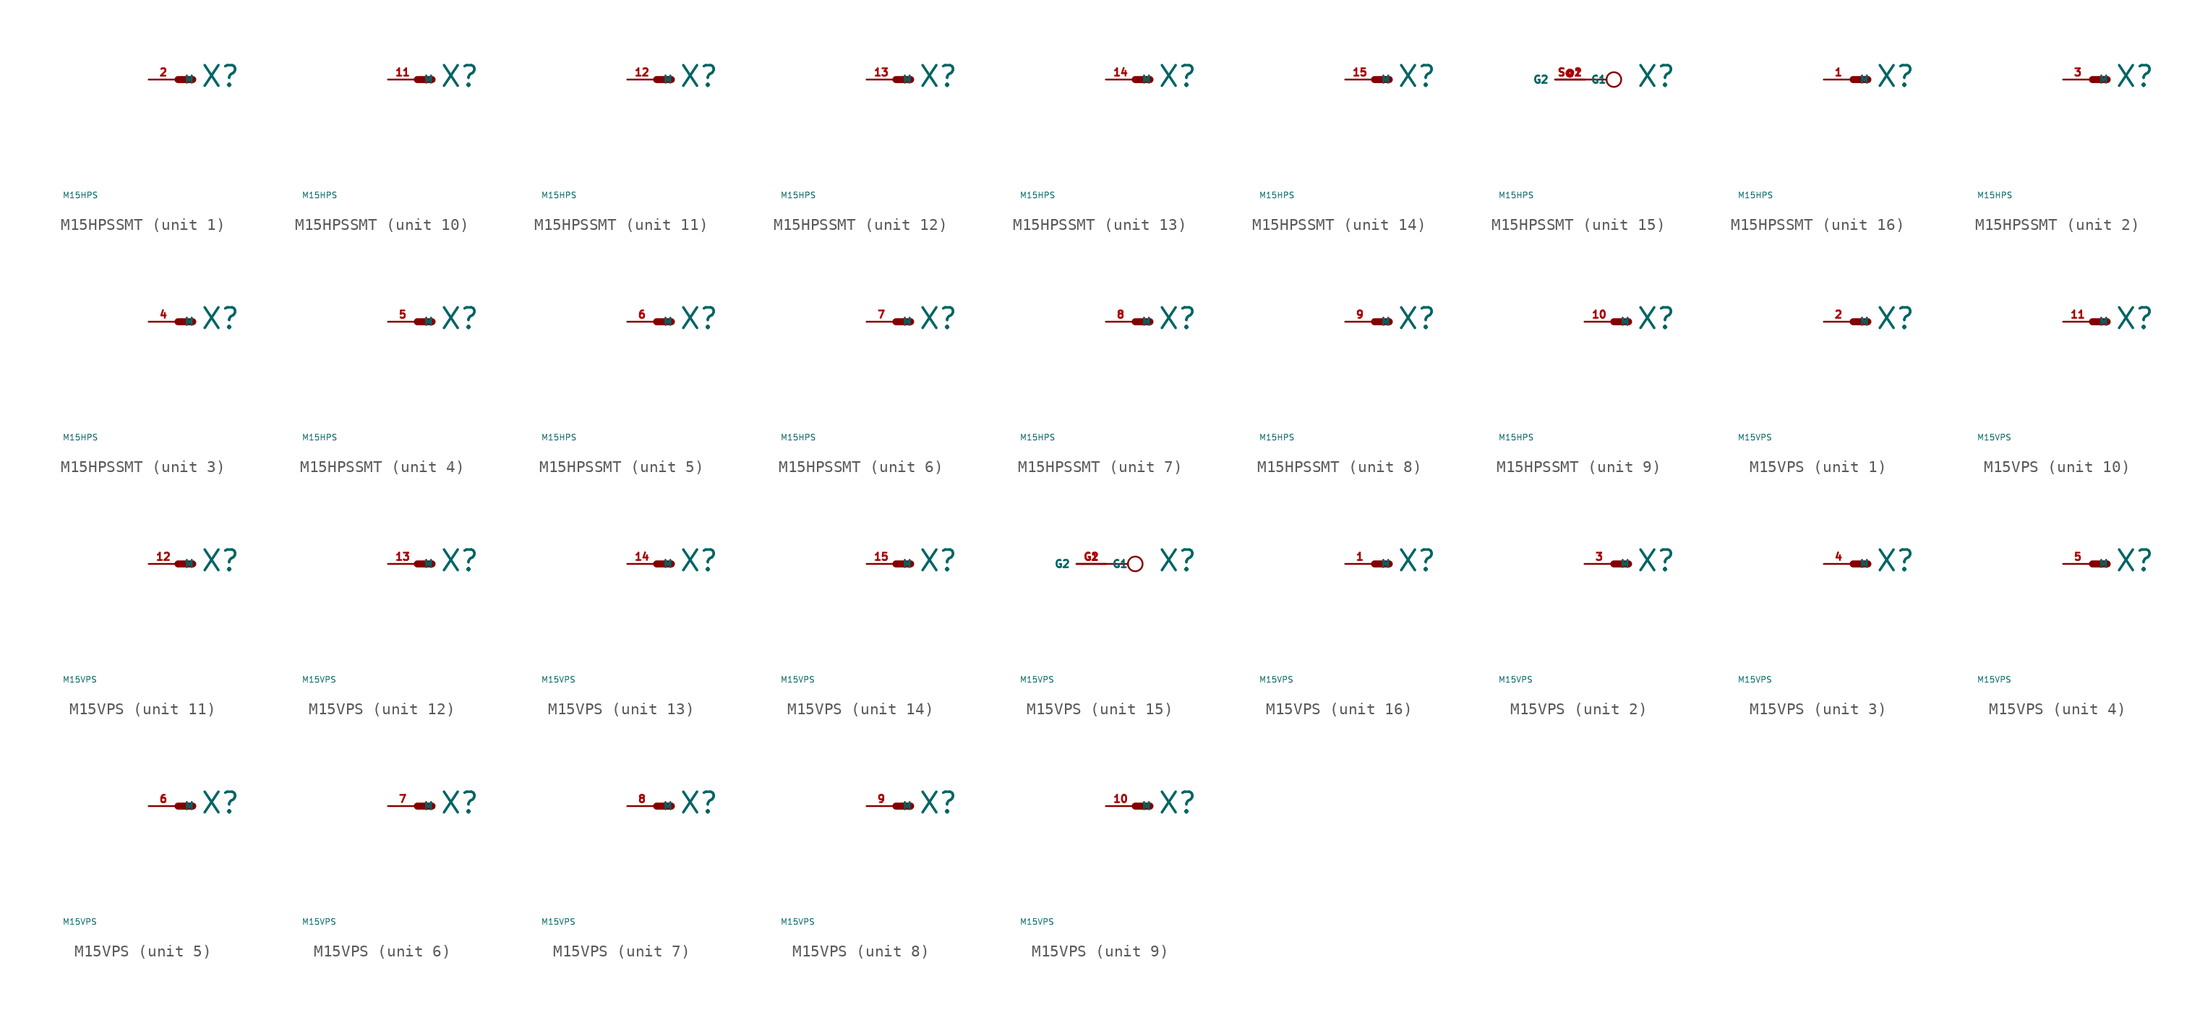
<source format=kicad_sym>
(kicad_symbol_lib
  (version 20220914)
  (generator Eagle2Kicad)
  (symbol "M15HPSSMT"
    (property "Reference" "X"
      (at 1.905 -0.762 0)
      (effects (font (size 1.778 1.778) (thickness 0.22)) (justify left bottom)))
    (property "Value" "M15HPS"
      (at -10 -10 0)
      (effects (font (size 0.5 0.5) (thickness 0.06)) (justify left)))
    (symbol "M15HPSSMT_1_0"
      (polyline (pts (xy 0 0) (xy 1.27 0)) (stroke (width 0.61) (type default)) (fill (type none)))
      (pin passive line (at -2.54 0 0) (length 2.54) (name "M" (effects (font (size 0.635 0.635) (thickness 0.08)) (justify left bottom))) (number "2" (effects (font (size 0.635 0.635) (thickness 0.08)) (justify left bottom)))))
    (symbol "M15HPSSMT_2_0"
      (polyline (pts (xy 0 0) (xy 1.27 0)) (stroke (width 0.61) (type default)) (fill (type none)))
      (pin passive line (at -2.54 0 0) (length 2.54) (name "M" (effects (font (size 0.635 0.635) (thickness 0.08)) (justify left bottom))) (number "3" (effects (font (size 0.635 0.635) (thickness 0.08)) (justify left bottom)))))
    (symbol "M15HPSSMT_3_0"
      (polyline (pts (xy 0 0) (xy 1.27 0)) (stroke (width 0.61) (type default)) (fill (type none)))
      (pin passive line (at -2.54 0 0) (length 2.54) (name "M" (effects (font (size 0.635 0.635) (thickness 0.08)) (justify left bottom))) (number "4" (effects (font (size 0.635 0.635) (thickness 0.08)) (justify left bottom)))))
    (symbol "M15HPSSMT_4_0"
      (polyline (pts (xy 0 0) (xy 1.27 0)) (stroke (width 0.61) (type default)) (fill (type none)))
      (pin passive line (at -2.54 0 0) (length 2.54) (name "M" (effects (font (size 0.635 0.635) (thickness 0.08)) (justify left bottom))) (number "5" (effects (font (size 0.635 0.635) (thickness 0.08)) (justify left bottom)))))
    (symbol "M15HPSSMT_5_0"
      (polyline (pts (xy 0 0) (xy 1.27 0)) (stroke (width 0.61) (type default)) (fill (type none)))
      (pin passive line (at -2.54 0 0) (length 2.54) (name "M" (effects (font (size 0.635 0.635) (thickness 0.08)) (justify left bottom))) (number "6" (effects (font (size 0.635 0.635) (thickness 0.08)) (justify left bottom)))))
    (symbol "M15HPSSMT_6_0"
      (polyline (pts (xy 0 0) (xy 1.27 0)) (stroke (width 0.61) (type default)) (fill (type none)))
      (pin passive line (at -2.54 0 0) (length 2.54) (name "M" (effects (font (size 0.635 0.635) (thickness 0.08)) (justify left bottom))) (number "7" (effects (font (size 0.635 0.635) (thickness 0.08)) (justify left bottom)))))
    (symbol "M15HPSSMT_7_0"
      (polyline (pts (xy 0 0) (xy 1.27 0)) (stroke (width 0.61) (type default)) (fill (type none)))
      (pin passive line (at -2.54 0 0) (length 2.54) (name "M" (effects (font (size 0.635 0.635) (thickness 0.08)) (justify left bottom))) (number "8" (effects (font (size 0.635 0.635) (thickness 0.08)) (justify left bottom)))))
    (symbol "M15HPSSMT_8_0"
      (polyline (pts (xy 0 0) (xy 1.27 0)) (stroke (width 0.61) (type default)) (fill (type none)))
      (pin passive line (at -2.54 0 0) (length 2.54) (name "M" (effects (font (size 0.635 0.635) (thickness 0.08)) (justify left bottom))) (number "9" (effects (font (size 0.635 0.635) (thickness 0.08)) (justify left bottom)))))
    (symbol "M15HPSSMT_9_0"
      (polyline (pts (xy 0 0) (xy 1.27 0)) (stroke (width 0.61) (type default)) (fill (type none)))
      (pin passive line (at -2.54 0 0) (length 2.54) (name "M" (effects (font (size 0.635 0.635) (thickness 0.08)) (justify left bottom))) (number "10" (effects (font (size 0.635 0.635) (thickness 0.08)) (justify left bottom)))))
    (symbol "M15HPSSMT_10_0"
      (polyline (pts (xy 0 0) (xy 1.27 0)) (stroke (width 0.61) (type default)) (fill (type none)))
      (pin passive line (at -2.54 0 0) (length 2.54) (name "M" (effects (font (size 0.635 0.635) (thickness 0.08)) (justify left bottom))) (number "11" (effects (font (size 0.635 0.635) (thickness 0.08)) (justify left bottom)))))
    (symbol "M15HPSSMT_11_0"
      (polyline (pts (xy 0 0) (xy 1.27 0)) (stroke (width 0.61) (type default)) (fill (type none)))
      (pin passive line (at -2.54 0 0) (length 2.54) (name "M" (effects (font (size 0.635 0.635) (thickness 0.08)) (justify left bottom))) (number "12" (effects (font (size 0.635 0.635) (thickness 0.08)) (justify left bottom)))))
    (symbol "M15HPSSMT_12_0"
      (polyline (pts (xy 0 0) (xy 1.27 0)) (stroke (width 0.61) (type default)) (fill (type none)))
      (pin passive line (at -2.54 0 0) (length 2.54) (name "M" (effects (font (size 0.635 0.635) (thickness 0.08)) (justify left bottom))) (number "13" (effects (font (size 0.635 0.635) (thickness 0.08)) (justify left bottom)))))
    (symbol "M15HPSSMT_13_0"
      (polyline (pts (xy 0 0) (xy 1.27 0)) (stroke (width 0.61) (type default)) (fill (type none)))
      (pin passive line (at -2.54 0 0) (length 2.54) (name "M" (effects (font (size 0.635 0.635) (thickness 0.08)) (justify left bottom))) (number "14" (effects (font (size 0.635 0.635) (thickness 0.08)) (justify left bottom)))))
    (symbol "M15HPSSMT_14_0"
      (polyline (pts (xy 0 0) (xy 1.27 0)) (stroke (width 0.61) (type default)) (fill (type none)))
      (pin passive line (at -2.54 0 0) (length 2.54) (name "M" (effects (font (size 0.635 0.635) (thickness 0.08)) (justify left bottom))) (number "15" (effects (font (size 0.635 0.635) (thickness 0.08)) (justify left bottom)))))
    (symbol "M15HPSSMT_15_0"
      (polyline (pts (xy -2.54 0) (xy -0.635 0)) (stroke (width 0.152) (type default)) (fill (type none)))
      (circle (center 0 0) (radius 0.635) (stroke (width 0.152) (type default)) (fill (type none)))
      (pin passive line (at -5.08 0 0) (length 2.54) (name "G1" (effects (font (size 0.635 0.635) (thickness 0.08)) (justify left bottom))) (number "S@1" (effects (font (size 0.635 0.635) (thickness 0.08)) (justify left bottom))))
      (pin passive line (at -2.54 0 180) (length 2.54) (name "G2" (effects (font (size 0.635 0.635) (thickness 0.08)) (justify left bottom))) (number "S@2" (effects (font (size 0.635 0.635) (thickness 0.08)) (justify left bottom)))))
    (symbol "M15HPSSMT_16_0"
      (polyline (pts (xy 0 0) (xy 1.27 0)) (stroke (width 0.61) (type default)) (fill (type none)))
      (pin passive line (at -2.54 0 0) (length 2.54) (name "M" (effects (font (size 0.635 0.635) (thickness 0.08)) (justify left bottom))) (number "1" (effects (font (size 0.635 0.635) (thickness 0.08)) (justify left bottom))))))
  (symbol "M15VPS"
    (property "Reference" "X"
      (at 1.905 -0.762 0)
      (effects (font (size 1.778 1.778) (thickness 0.22)) (justify left bottom)))
    (property "Value" "M15VPS"
      (at -10 -10 0)
      (effects (font (size 0.5 0.5) (thickness 0.06)) (justify left)))
    (symbol "M15VPS_1_0"
      (polyline (pts (xy 0 0) (xy 1.27 0)) (stroke (width 0.61) (type default)) (fill (type none)))
      (pin passive line (at -2.54 0 0) (length 2.54) (name "M" (effects (font (size 0.635 0.635) (thickness 0.08)) (justify left bottom))) (number "2" (effects (font (size 0.635 0.635) (thickness 0.08)) (justify left bottom)))))
    (symbol "M15VPS_2_0"
      (polyline (pts (xy 0 0) (xy 1.27 0)) (stroke (width 0.61) (type default)) (fill (type none)))
      (pin passive line (at -2.54 0 0) (length 2.54) (name "M" (effects (font (size 0.635 0.635) (thickness 0.08)) (justify left bottom))) (number "3" (effects (font (size 0.635 0.635) (thickness 0.08)) (justify left bottom)))))
    (symbol "M15VPS_3_0"
      (polyline (pts (xy 0 0) (xy 1.27 0)) (stroke (width 0.61) (type default)) (fill (type none)))
      (pin passive line (at -2.54 0 0) (length 2.54) (name "M" (effects (font (size 0.635 0.635) (thickness 0.08)) (justify left bottom))) (number "4" (effects (font (size 0.635 0.635) (thickness 0.08)) (justify left bottom)))))
    (symbol "M15VPS_4_0"
      (polyline (pts (xy 0 0) (xy 1.27 0)) (stroke (width 0.61) (type default)) (fill (type none)))
      (pin passive line (at -2.54 0 0) (length 2.54) (name "M" (effects (font (size 0.635 0.635) (thickness 0.08)) (justify left bottom))) (number "5" (effects (font (size 0.635 0.635) (thickness 0.08)) (justify left bottom)))))
    (symbol "M15VPS_5_0"
      (polyline (pts (xy 0 0) (xy 1.27 0)) (stroke (width 0.61) (type default)) (fill (type none)))
      (pin passive line (at -2.54 0 0) (length 2.54) (name "M" (effects (font (size 0.635 0.635) (thickness 0.08)) (justify left bottom))) (number "6" (effects (font (size 0.635 0.635) (thickness 0.08)) (justify left bottom)))))
    (symbol "M15VPS_6_0"
      (polyline (pts (xy 0 0) (xy 1.27 0)) (stroke (width 0.61) (type default)) (fill (type none)))
      (pin passive line (at -2.54 0 0) (length 2.54) (name "M" (effects (font (size 0.635 0.635) (thickness 0.08)) (justify left bottom))) (number "7" (effects (font (size 0.635 0.635) (thickness 0.08)) (justify left bottom)))))
    (symbol "M15VPS_7_0"
      (polyline (pts (xy 0 0) (xy 1.27 0)) (stroke (width 0.61) (type default)) (fill (type none)))
      (pin passive line (at -2.54 0 0) (length 2.54) (name "M" (effects (font (size 0.635 0.635) (thickness 0.08)) (justify left bottom))) (number "8" (effects (font (size 0.635 0.635) (thickness 0.08)) (justify left bottom)))))
    (symbol "M15VPS_8_0"
      (polyline (pts (xy 0 0) (xy 1.27 0)) (stroke (width 0.61) (type default)) (fill (type none)))
      (pin passive line (at -2.54 0 0) (length 2.54) (name "M" (effects (font (size 0.635 0.635) (thickness 0.08)) (justify left bottom))) (number "9" (effects (font (size 0.635 0.635) (thickness 0.08)) (justify left bottom)))))
    (symbol "M15VPS_9_0"
      (polyline (pts (xy 0 0) (xy 1.27 0)) (stroke (width 0.61) (type default)) (fill (type none)))
      (pin passive line (at -2.54 0 0) (length 2.54) (name "M" (effects (font (size 0.635 0.635) (thickness 0.08)) (justify left bottom))) (number "10" (effects (font (size 0.635 0.635) (thickness 0.08)) (justify left bottom)))))
    (symbol "M15VPS_10_0"
      (polyline (pts (xy 0 0) (xy 1.27 0)) (stroke (width 0.61) (type default)) (fill (type none)))
      (pin passive line (at -2.54 0 0) (length 2.54) (name "M" (effects (font (size 0.635 0.635) (thickness 0.08)) (justify left bottom))) (number "11" (effects (font (size 0.635 0.635) (thickness 0.08)) (justify left bottom)))))
    (symbol "M15VPS_11_0"
      (polyline (pts (xy 0 0) (xy 1.27 0)) (stroke (width 0.61) (type default)) (fill (type none)))
      (pin passive line (at -2.54 0 0) (length 2.54) (name "M" (effects (font (size 0.635 0.635) (thickness 0.08)) (justify left bottom))) (number "12" (effects (font (size 0.635 0.635) (thickness 0.08)) (justify left bottom)))))
    (symbol "M15VPS_12_0"
      (polyline (pts (xy 0 0) (xy 1.27 0)) (stroke (width 0.61) (type default)) (fill (type none)))
      (pin passive line (at -2.54 0 0) (length 2.54) (name "M" (effects (font (size 0.635 0.635) (thickness 0.08)) (justify left bottom))) (number "13" (effects (font (size 0.635 0.635) (thickness 0.08)) (justify left bottom)))))
    (symbol "M15VPS_13_0"
      (polyline (pts (xy 0 0) (xy 1.27 0)) (stroke (width 0.61) (type default)) (fill (type none)))
      (pin passive line (at -2.54 0 0) (length 2.54) (name "M" (effects (font (size 0.635 0.635) (thickness 0.08)) (justify left bottom))) (number "14" (effects (font (size 0.635 0.635) (thickness 0.08)) (justify left bottom)))))
    (symbol "M15VPS_14_0"
      (polyline (pts (xy 0 0) (xy 1.27 0)) (stroke (width 0.61) (type default)) (fill (type none)))
      (pin passive line (at -2.54 0 0) (length 2.54) (name "M" (effects (font (size 0.635 0.635) (thickness 0.08)) (justify left bottom))) (number "15" (effects (font (size 0.635 0.635) (thickness 0.08)) (justify left bottom)))))
    (symbol "M15VPS_15_0"
      (polyline (pts (xy -2.54 0) (xy -0.635 0)) (stroke (width 0.152) (type default)) (fill (type none)))
      (circle (center 0 0) (radius 0.635) (stroke (width 0.152) (type default)) (fill (type none)))
      (pin passive line (at -5.08 0 0) (length 2.54) (name "G1" (effects (font (size 0.635 0.635) (thickness 0.08)) (justify left bottom))) (number "G1" (effects (font (size 0.635 0.635) (thickness 0.08)) (justify left bottom))))
      (pin passive line (at -2.54 0 180) (length 2.54) (name "G2" (effects (font (size 0.635 0.635) (thickness 0.08)) (justify left bottom))) (number "G2" (effects (font (size 0.635 0.635) (thickness 0.08)) (justify left bottom)))))
    (symbol "M15VPS_16_0"
      (polyline (pts (xy 0 0) (xy 1.27 0)) (stroke (width 0.61) (type default)) (fill (type none)))
      (pin passive line (at -2.54 0 0) (length 2.54) (name "M" (effects (font (size 0.635 0.635) (thickness 0.08)) (justify left bottom))) (number "1" (effects (font (size 0.635 0.635) (thickness 0.08)) (justify left bottom)))))))
</source>
